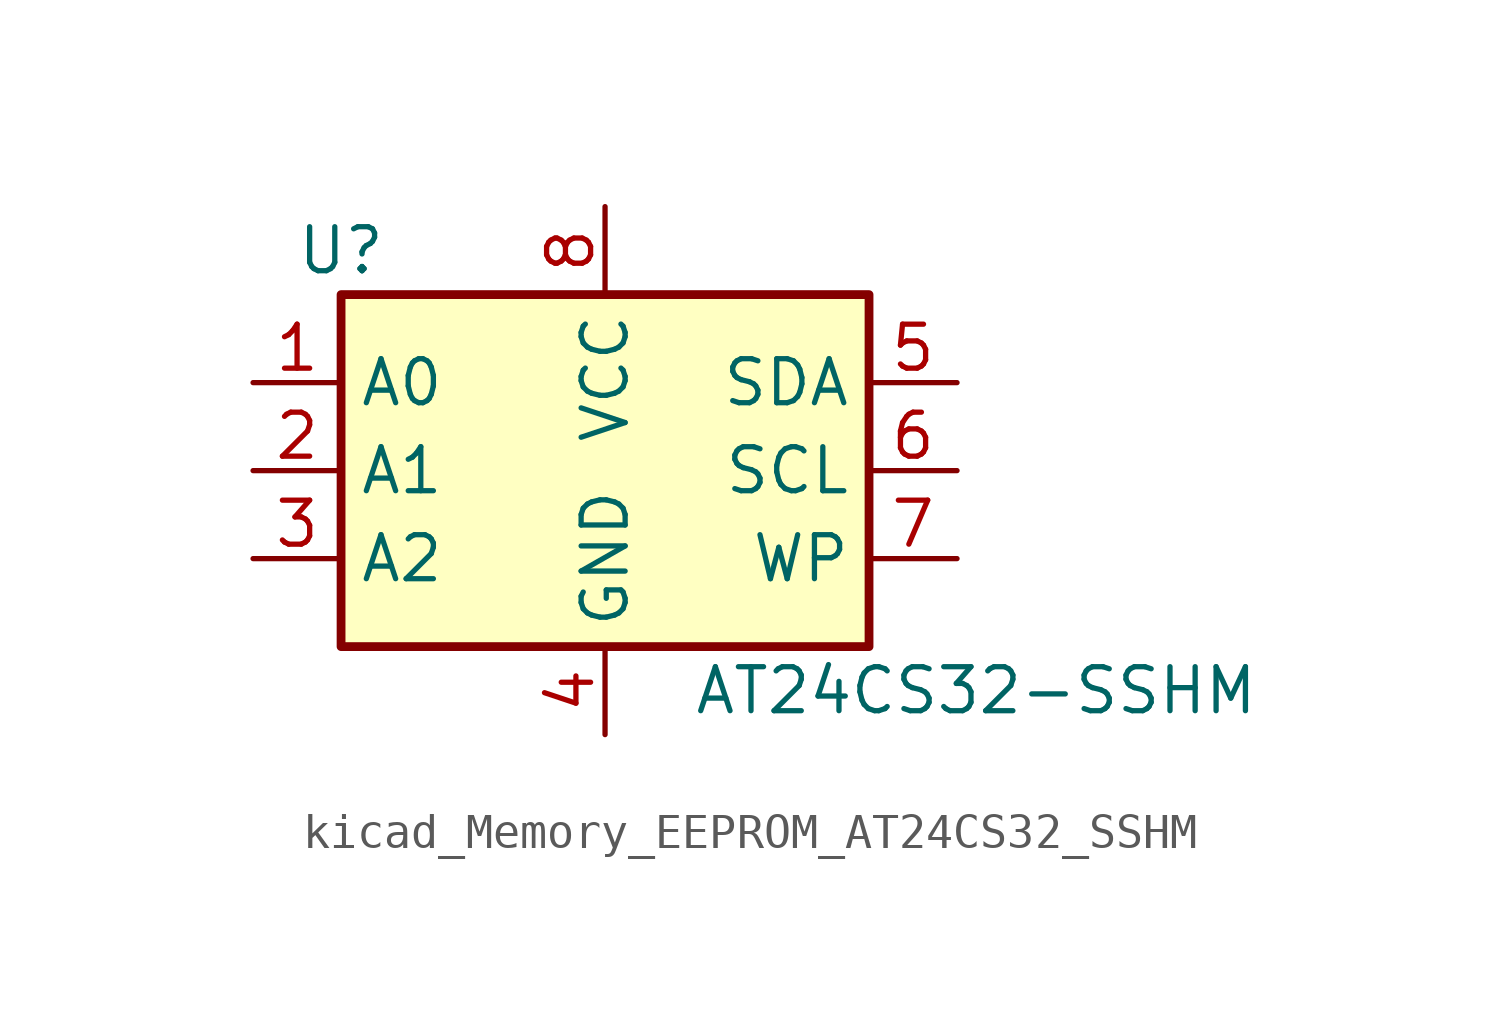
<source format=kicad_sym>
(kicad_symbol_lib
  (version 20220914)
  (generator kicad_symbol_editor)
  (symbol "kicad_Memory_EEPROM_AT24CS32_SSHM"
    (property "Reference" "U"
      (at -7.62 6.35 0)
      (effects (font (size 1.27 1.27))))
    (property "Value" "AT24CS32-SSHM"
      (at 2.54 -6.35 0)
      (effects (font (size 1.27 1.27)) (justify left)))
    (symbol "kicad_Memory_EEPROM_AT24CS32_SSHM_1_1"
      (rectangle (start -7.62 5.08) (end 7.62 -5.08) (stroke (width 0.254) (type default)) (fill (type background)))
      (pin input line (at -10.16 2.54 0) (length 2.54) (name "A0" (effects (font (size 1.27 1.27)))) (number "1" (effects (font (size 1.27 1.27)))))
      (pin input line (at -10.16 0 0) (length 2.54) (name "A1" (effects (font (size 1.27 1.27)))) (number "2" (effects (font (size 1.27 1.27)))))
      (pin input line (at -10.16 -2.54 0) (length 2.54) (name "A2" (effects (font (size 1.27 1.27)))) (number "3" (effects (font (size 1.27 1.27)))))
      (pin power_in line (at 0 -7.62 90) (length 2.54) (name "GND" (effects (font (size 1.27 1.27)))) (number "4" (effects (font (size 1.27 1.27)))))
      (pin bidirectional line (at 10.16 2.54 180) (length 2.54) (name "SDA" (effects (font (size 1.27 1.27)))) (number "5" (effects (font (size 1.27 1.27)))))
      (pin input line (at 10.16 0 180) (length 2.54) (name "SCL" (effects (font (size 1.27 1.27)))) (number "6" (effects (font (size 1.27 1.27)))))
      (pin input line (at 10.16 -2.54 180) (length 2.54) (name "WP" (effects (font (size 1.27 1.27)))) (number "7" (effects (font (size 1.27 1.27)))))
      (pin power_in line (at 0 7.62 270) (length 2.54) (name "VCC" (effects (font (size 1.27 1.27)))) (number "8" (effects (font (size 1.27 1.27))))))))
</source>
